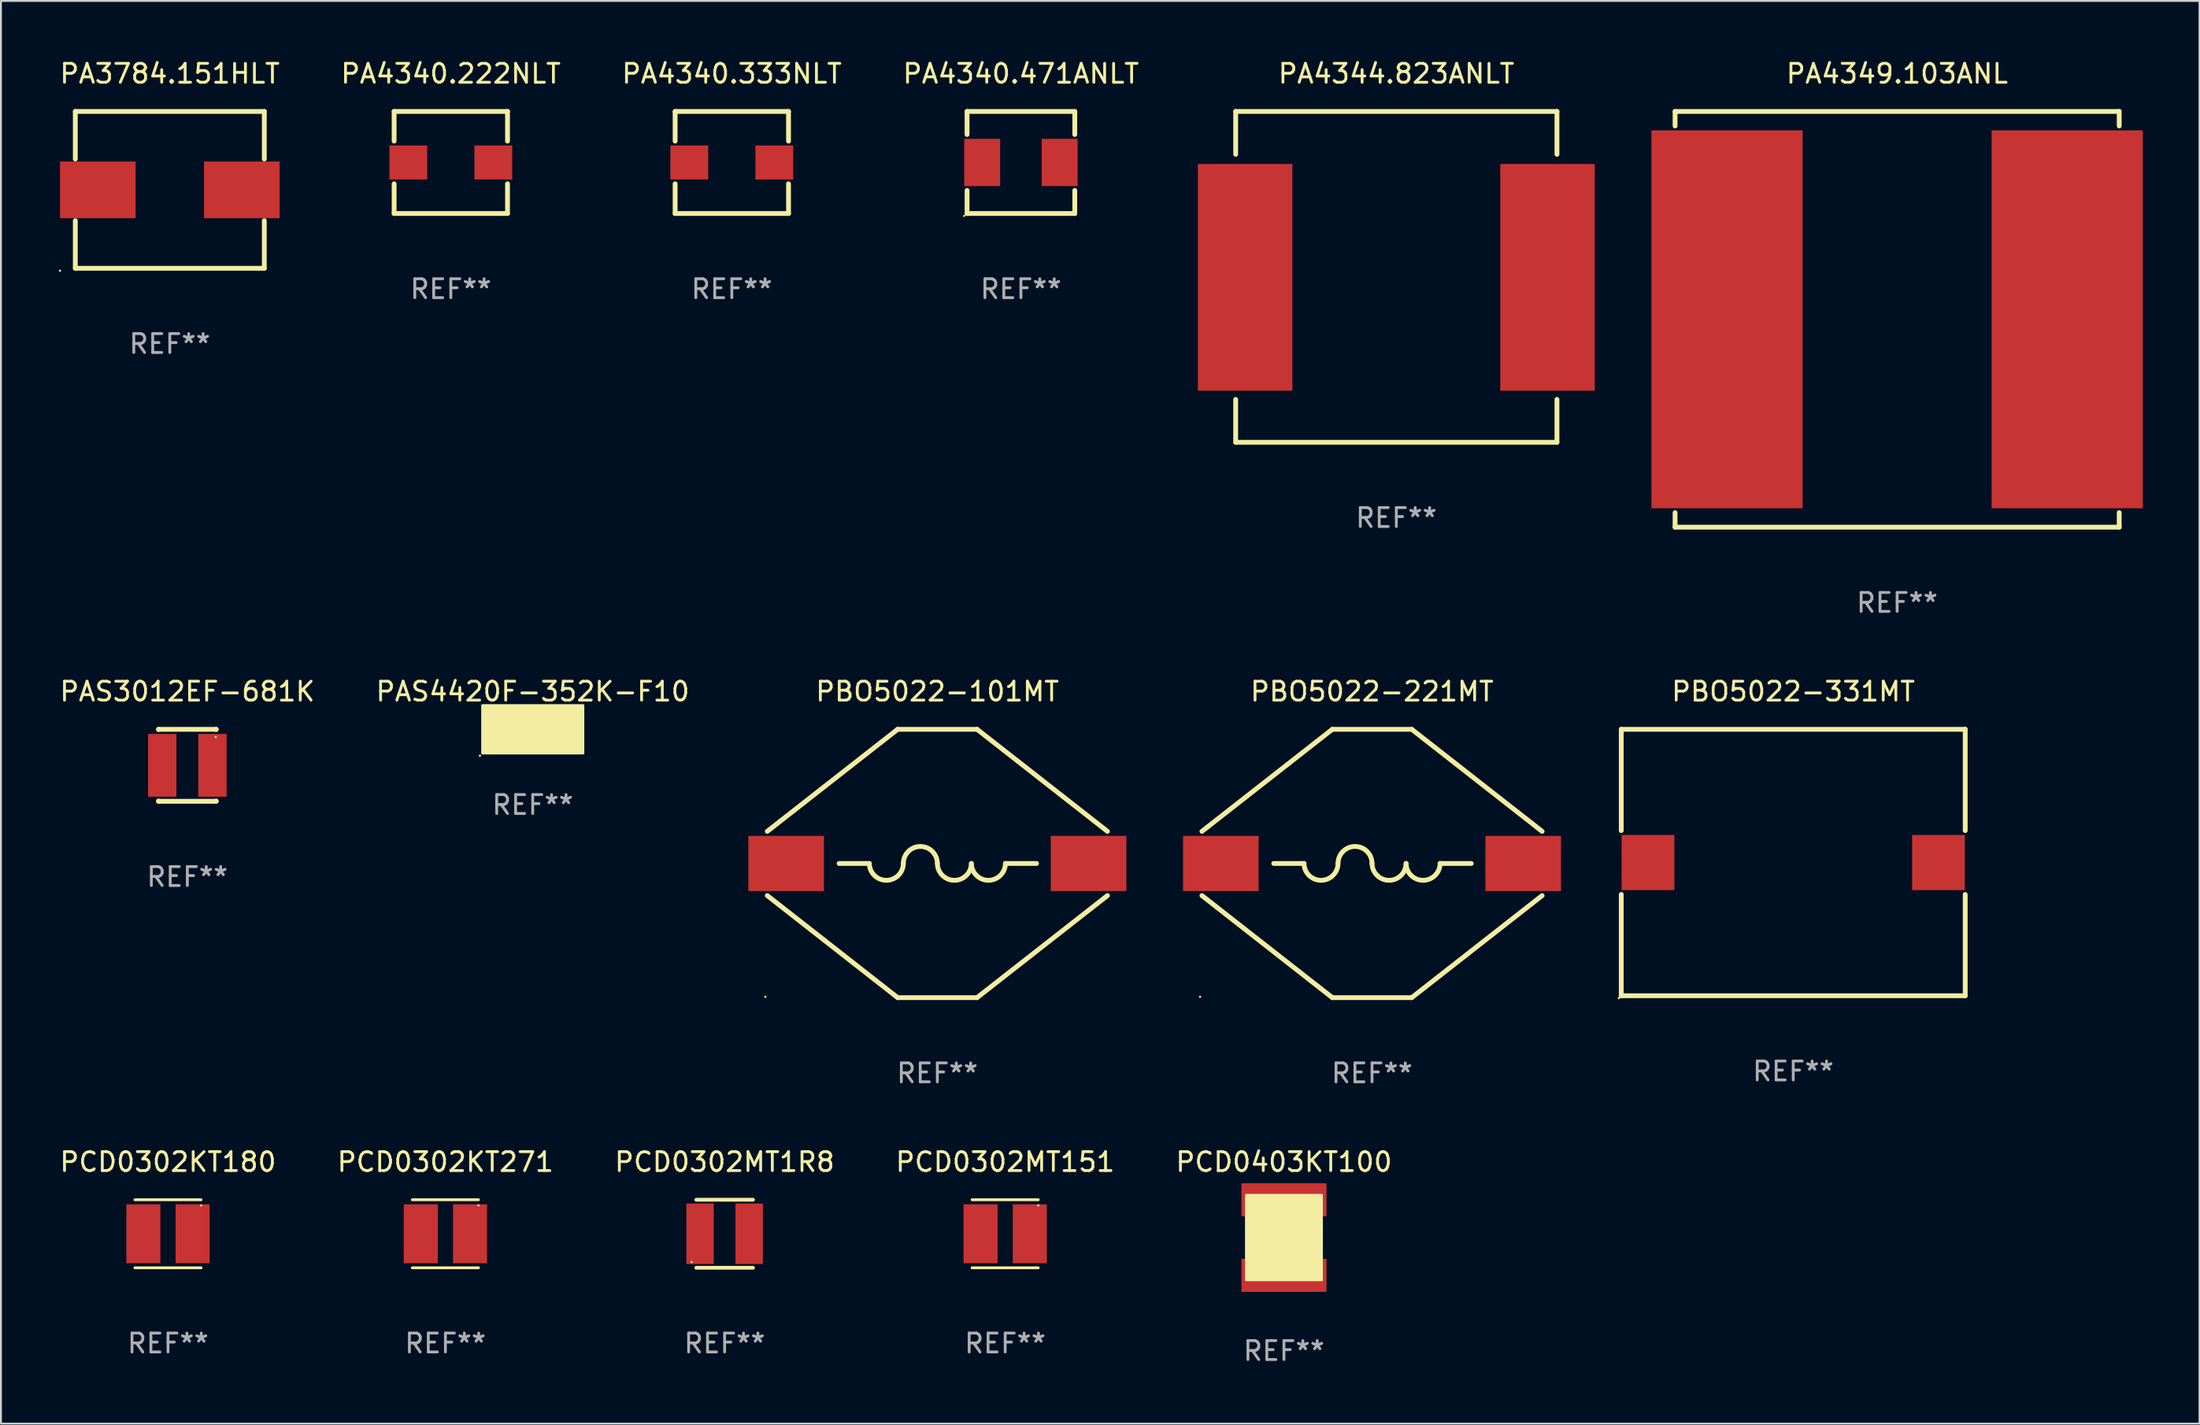
<source format=kicad_pcb>
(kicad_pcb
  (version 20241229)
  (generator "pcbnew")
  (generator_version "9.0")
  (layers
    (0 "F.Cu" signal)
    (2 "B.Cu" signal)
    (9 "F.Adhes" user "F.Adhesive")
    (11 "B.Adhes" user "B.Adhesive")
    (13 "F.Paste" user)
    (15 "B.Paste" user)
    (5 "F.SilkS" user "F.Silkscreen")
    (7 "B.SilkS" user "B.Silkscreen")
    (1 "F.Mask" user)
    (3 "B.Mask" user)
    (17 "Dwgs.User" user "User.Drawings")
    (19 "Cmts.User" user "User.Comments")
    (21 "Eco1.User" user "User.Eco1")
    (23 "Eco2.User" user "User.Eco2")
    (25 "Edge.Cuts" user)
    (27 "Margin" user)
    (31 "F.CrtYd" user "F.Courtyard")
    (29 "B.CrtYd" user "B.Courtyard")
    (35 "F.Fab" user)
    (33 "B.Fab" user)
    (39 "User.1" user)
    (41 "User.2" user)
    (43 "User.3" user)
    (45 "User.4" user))
  (footprint "PA4344.823ANLT"
    (layer "F.Cu")
    (at 70.833 11.602)
    (property "Reference" "PA4344.823ANLT" (at 0 -10.754 0) (layer "F.SilkS") (effects (font (size 1 1) (thickness 0.15))))
    (attr through_hole)
    (fp_line (start -8.5 -8.754) (end -8.5 -6.485) (stroke (width 0.254) (type solid)) (layer "F.SilkS"))
    (fp_line (start -8.5 -8.754) (end 8.5 -8.754) (stroke (width 0.254) (type solid)) (layer "F.SilkS"))
    (fp_line (start -8.5 6.485) (end -8.5 8.754) (stroke (width 0.254) (type solid)) (layer "F.SilkS"))
    (fp_line (start 8.5 -8.754) (end 8.5 -6.485) (stroke (width 0.254) (type solid)) (layer "F.SilkS"))
    (fp_line (start 8.5 6.485) (end 8.5 8.754) (stroke (width 0.254) (type solid)) (layer "F.SilkS"))
    (fp_line (start 8.5 8.754) (end -8.5 8.754) (stroke (width 0.254) (type solid)) (layer "F.SilkS"))
    (fp_circle (center -8.5 8.775) (end -8.47 8.775) (stroke (width 0.06) (type solid)) (fill no) (layer "F.SilkS"))
    (fp_text user "REF**" (at 0 12.754 0) (layer "F.Fab") (effects (font (size 1 1) (thickness 0.15))))
    (pad "1" smd rect (at -8 0.025 90) (size 12 5) (layers "F.Cu" "F.Mask" "F.Paste"))
    (pad "2" smd rect (at 8 0.025 90) (size 12 5) (layers "F.Cu" "F.Mask" "F.Paste")))
  (footprint "PA3784.151HLT"
    (layer "F.Cu")
    (at 5.935 6.998)
    (property "Reference" "PA3784.151HLT" (at 0 -6.15 0) (layer "F.SilkS") (effects (font (size 1 1) (thickness 0.15))))
    (attr through_hole)
    (fp_line (start -5 -4.15) (end 5 -4.15) (stroke (width 0.254) (type solid)) (layer "F.SilkS"))
    (fp_line (start -5 -1.631) (end -5 -4.15) (stroke (width 0.254) (type solid)) (layer "F.SilkS"))
    (fp_line (start -5 4.15) (end -5 1.631) (stroke (width 0.254) (type solid)) (layer "F.SilkS"))
    (fp_line (start -5 4.15) (end 5 4.15) (stroke (width 0.254) (type solid)) (layer "F.SilkS"))
    (fp_line (start 5 -4.15) (end 5 -1.631) (stroke (width 0.254) (type solid)) (layer "F.SilkS"))
    (fp_line (start 5 1.631) (end 5 4.15) (stroke (width 0.254) (type solid)) (layer "F.SilkS"))
    (fp_circle (center -5.81 4.277) (end -5.78 4.277) (stroke (width 0.06) (type solid)) (fill no) (layer "F.SilkS"))
    (fp_text user "REF**" (at 0 8.15 0) (layer "F.Fab") (effects (font (size 1 1) (thickness 0.15))))
    (pad "1" smd rect (at -3.81 0) (size 4 3) (layers "F.Cu" "F.Mask" "F.Paste"))
    (pad "2" smd rect (at 3.81 0) (size 4 3) (layers "F.Cu" "F.Mask" "F.Paste")))
  (footprint "PCD0302KT271"
    (layer "F.Cu")
    (at 20.518 62.241)
    (property "Reference" "PCD0302KT271" (at 0 -3.8 0) (layer "F.SilkS") (effects (font (size 1 1) (thickness 0.15))))
    (attr through_hole)
    (fp_line (start -1.75 -1.8) (end 1.75 -1.8) (stroke (width 0.15) (type solid)) (layer "F.SilkS"))
    (fp_line (start 1.75 1.8) (end -1.75 1.8) (stroke (width 0.15) (type solid)) (layer "F.SilkS"))
    (fp_circle (center 1.75 -1.5) (end 1.78 -1.5) (stroke (width 0.06) (type solid)) (fill no) (layer "F.SilkS"))
    (fp_text user "REF**" (at 0 5.8 0) (layer "F.Fab") (effects (font (size 1 1) (thickness 0.15))))
    (pad "1" smd rect (at 1.303 0.000051) (size 1.8 3.12) (layers "F.Cu" "F.Mask" "F.Paste"))
    (pad "2" smd rect (at -1.303 0.000051) (size 1.8 3.12) (layers "F.Cu" "F.Mask" "F.Paste")))
  (footprint "PBO5022-101MT"
    (layer "F.Cu")
    (at 46.548 42.645)
    (property "Reference" "PBO5022-101MT" (at 0 -9.1 0) (layer "F.SilkS") (effects (font (size 1 1) (thickness 0.15))))
    (attr through_hole)
    (fp_line (start -9 1.7) (end -2.1 7.1) (stroke (width 0.254) (type solid)) (layer "F.SilkS"))
    (fp_line (start -3.6 0.000191) (end -5.2 0.000191) (stroke (width 0.254) (type solid)) (layer "F.SilkS"))
    (fp_line (start -2.1 7.1) (end 2.1 7.1) (stroke (width 0.254) (type solid)) (layer "F.SilkS"))
    (fp_line (start -2.1 -7.1) (end -9 -1.7) (stroke (width 0.254) (type solid)) (layer "F.SilkS"))
    (fp_line (start -2.1 -7.1) (end 2.1 -7.1) (stroke (width 0.254) (type solid)) (layer "F.SilkS"))
    (fp_line (start 2.1 7.1) (end 9 1.7) (stroke (width 0.254) (type solid)) (layer "F.SilkS"))
    (fp_line (start 3.601 0.000343) (end 5.25 0.000343) (stroke (width 0.254) (type solid)) (layer "F.SilkS"))
    (fp_line (start 9 -1.7) (end 2.1 -7.1) (stroke (width 0.254) (type solid)) (layer "F.SilkS"))
    (fp_arc (start -1.799936 0.000064) (mid -0.899936 -0.899936) (end 0.000064 0.000064) (stroke (width 0.254001) (type solid)) (layer "F.SilkS"))
    (fp_arc (start -1.79953 0.000191) (mid -2.699581 0.900191) (end -3.599632 0.000191) (stroke (width 0.254001) (type solid)) (layer "F.SilkS"))
    (fp_arc (start 1.800445 0.000267) (mid 0.900394 0.900267) (end 0.000343 0.000267) (stroke (width 0.254001) (type solid)) (layer "F.SilkS"))
    (fp_arc (start 3.601003 0.000343) (mid 2.700953 0.900342) (end 1.800903 0.000343) (stroke (width 0.254001) (type solid)) (layer "F.SilkS"))
    (fp_circle (center -9.1 7.055) (end -9.07 7.055) (stroke (width 0.06) (type solid)) (fill no) (layer "F.SilkS"))
    (fp_text user "REF**" (at 0 11.1 0) (layer "F.Fab") (effects (font (size 1 1) (thickness 0.15))))
    (pad "1" smd rect (at -8 0.000064) (size 4 2.92) (layers "F.Cu" "F.Mask" "F.Paste"))
    (pad "2" smd rect (at 8 0.000064) (size 4 2.92) (layers "F.Cu" "F.Mask" "F.Paste")))
  (footprint "PA4340.471ANLT"
    (layer "F.Cu")
    (at 50.97 5.548)
    (property "Reference" "PA4340.471ANLT" (at 0 -4.7 0) (layer "F.SilkS") (effects (font (size 1 1) (thickness 0.15))))
    (attr through_hole)
    (fp_line (start -2.85 -2.7) (end 2.85 -2.7) (stroke (width 0.254) (type solid)) (layer "F.SilkS"))
    (fp_line (start -2.85 -1.481) (end -2.85 -2.7) (stroke (width 0.254) (type solid)) (layer "F.SilkS"))
    (fp_line (start -2.85 2.7) (end -2.85 1.481) (stroke (width 0.254) (type solid)) (layer "F.SilkS"))
    (fp_line (start 2.85 -1.481) (end 2.85 -2.7) (stroke (width 0.254) (type solid)) (layer "F.SilkS"))
    (fp_line (start 2.85 2.7) (end -2.85 2.7) (stroke (width 0.254) (type solid)) (layer "F.SilkS"))
    (fp_line (start 2.85 2.7) (end 2.85 1.481) (stroke (width 0.254) (type solid)) (layer "F.SilkS"))
    (fp_circle (center -3 2.827) (end -2.97 2.827) (stroke (width 0.06) (type solid)) (fill no) (layer "F.SilkS"))
    (fp_text user "REF**" (at 0 6.7 0) (layer "F.Fab") (effects (font (size 1 1) (thickness 0.15))))
    (pad "1" smd rect (at -2.05 0 270) (size 2.5 1.9) (layers "F.Cu" "F.Mask" "F.Paste"))
    (pad "2" smd rect (at 2.05 0 270) (size 2.5 1.9) (layers "F.Cu" "F.Mask" "F.Paste")))
  (footprint "PCD0302MT151"
    (layer "F.Cu")
    (at 50.137 62.241)
    (property "Reference" "PCD0302MT151" (at 0 -3.8 0) (layer "F.SilkS") (effects (font (size 1 1) (thickness 0.15))))
    (attr through_hole)
    (fp_line (start -1.75 -1.8) (end 1.75 -1.8) (stroke (width 0.15) (type solid)) (layer "F.SilkS"))
    (fp_line (start 1.75 1.8) (end -1.75 1.8) (stroke (width 0.15) (type solid)) (layer "F.SilkS"))
    (fp_circle (center 1.75 -1.5) (end 1.78 -1.5) (stroke (width 0.06) (type solid)) (fill no) (layer "F.SilkS"))
    (fp_text user "REF**" (at 0 5.8 0) (layer "F.Fab") (effects (font (size 1 1) (thickness 0.15))))
    (pad "1" smd rect (at 1.303 0.000051) (size 1.8 3.12) (layers "F.Cu" "F.Mask" "F.Paste"))
    (pad "2" smd rect (at -1.303 0.000051) (size 1.8 3.12) (layers "F.Cu" "F.Mask" "F.Paste")))
  (footprint "PBO5022-331MT"
    (layer "F.Cu")
    (at 91.835 42.595)
    (property "Reference" "PBO5022-331MT" (at 0 -9.05 0) (layer "F.SilkS") (effects (font (size 1 1) (thickness 0.15))))
    (attr through_hole)
    (fp_line (start -9.1 -7.05) (end 9.1 -7.05) (stroke (width 0.254) (type solid)) (layer "F.SilkS"))
    (fp_line (start -9.1 -1.691) (end -9.1 -7.05) (stroke (width 0.254) (type solid)) (layer "F.SilkS"))
    (fp_line (start -9.1 7.05) (end -9.1 1.69) (stroke (width 0.254) (type solid)) (layer "F.SilkS"))
    (fp_line (start 9.1 -7.05) (end 9.1 -1.69) (stroke (width 0.254) (type solid)) (layer "F.SilkS"))
    (fp_line (start 9.1 1.691) (end 9.1 7.05) (stroke (width 0.254) (type solid)) (layer "F.SilkS"))
    (fp_line (start 9.1 7.05) (end -9.1 7.05) (stroke (width 0.254) (type solid)) (layer "F.SilkS"))
    (fp_circle (center -9.227 7.177) (end -9.197 7.177) (stroke (width 0.06) (type solid)) (fill no) (layer "F.SilkS"))
    (fp_text user "REF**" (at 0 11.05 0) (layer "F.Fab") (effects (font (size 1 1) (thickness 0.15))))
    (pad "1" smd rect (at -7.685 0) (size 2.79 2.92) (layers "F.Cu" "F.Mask" "F.Paste"))
    (pad "2" smd rect (at 7.685 0) (size 2.79 2.92) (layers "F.Cu" "F.Mask" "F.Paste")))
  (footprint "PCD0403KT100"
    (layer "F.Cu")
    (at 64.887 62.441)
    (property "Reference" "PCD0403KT100" (at 0 -4 0) (layer "F.SilkS") (effects (font (size 1 1) (thickness 0.15))))
    (attr through_hole)
    (fp_poly (pts (xy -2 -2.25) (xy 2 -2.25) (xy 2 2.25) (xy -2 2.25)) (stroke (width 0.12) (type solid)) (fill yes) (layer "F.SilkS"))
    (fp_text user "REF**" (at 0 6 0) (layer "F.Fab") (effects (font (size 1 1) (thickness 0.15))))
    (pad "1" smd rect (at 0 2 90) (size 1.75 4.5) (layers "F.Cu" "F.Mask" "F.Paste"))
    (pad "2" smd rect (at 0 -2 90) (size 1.75 4.5) (layers "F.Cu" "F.Mask" "F.Paste")))
  (footprint "PA4340.222NLT"
    (layer "F.Cu")
    (at 20.804 5.548)
    (property "Reference" "PA4340.222NLT" (at 0 -4.7 0) (layer "F.SilkS") (effects (font (size 1 1) (thickness 0.15))))
    (attr through_hole)
    (fp_line (start -3 -2.7) (end -3 -1.131) (stroke (width 0.254) (type solid)) (layer "F.SilkS"))
    (fp_line (start -3 -2.7) (end 3 -2.7) (stroke (width 0.254) (type solid)) (layer "F.SilkS"))
    (fp_line (start -3 1.131) (end -3 2.7) (stroke (width 0.254) (type solid)) (layer "F.SilkS"))
    (fp_line (start -3 2.7) (end 3 2.7) (stroke (width 0.254) (type solid)) (layer "F.SilkS"))
    (fp_line (start 3 -2.7) (end 3 -1.131) (stroke (width 0.254) (type solid)) (layer "F.SilkS"))
    (fp_line (start 3 1.131) (end 3 2.7) (stroke (width 0.254) (type solid)) (layer "F.SilkS"))
    (fp_circle (center -3 2.7) (end -2.97 2.7) (stroke (width 0.06) (type solid)) (fill no) (layer "F.SilkS"))
    (fp_text user "REF**" (at 0 6.7 0) (layer "F.Fab") (effects (font (size 1 1) (thickness 0.15))))
    (pad "1" smd rect (at -2.25 0) (size 2 1.8) (layers "F.Cu" "F.Mask" "F.Paste"))
    (pad "2" smd rect (at 2.25 0) (size 2 1.8) (layers "F.Cu" "F.Mask" "F.Paste")))
  (footprint "PCD0302KT180"
    (layer "F.Cu")
    (at 5.839 62.241)
    (property "Reference" "PCD0302KT180" (at 0 -3.8 0) (layer "F.SilkS") (effects (font (size 1 1) (thickness 0.15))))
    (attr through_hole)
    (fp_line (start -1.75 -1.8) (end 1.75 -1.8) (stroke (width 0.15) (type solid)) (layer "F.SilkS"))
    (fp_line (start 1.75 1.8) (end -1.75 1.8) (stroke (width 0.15) (type solid)) (layer "F.SilkS"))
    (fp_circle (center 1.75 -1.5) (end 1.78 -1.5) (stroke (width 0.06) (type solid)) (fill no) (layer "F.SilkS"))
    (fp_text user "REF**" (at 0 5.8 0) (layer "F.Fab") (effects (font (size 1 1) (thickness 0.15))))
    (pad "1" smd rect (at 1.303 0.000051) (size 1.8 3.12) (layers "F.Cu" "F.Mask" "F.Paste"))
    (pad "2" smd rect (at -1.303 0.000051) (size 1.8 3.12) (layers "F.Cu" "F.Mask" "F.Paste")))
  (footprint "PBO5022-221MT"
    (layer "F.Cu")
    (at 69.548 42.645)
    (property "Reference" "PBO5022-221MT" (at 0 -9.1 0) (layer "F.SilkS") (effects (font (size 1 1) (thickness 0.15))))
    (attr through_hole)
    (fp_line (start -9 1.7) (end -2.1 7.1) (stroke (width 0.254) (type solid)) (layer "F.SilkS"))
    (fp_line (start -3.6 0.000191) (end -5.2 0.000191) (stroke (width 0.254) (type solid)) (layer "F.SilkS"))
    (fp_line (start -2.1 7.1) (end 2.1 7.1) (stroke (width 0.254) (type solid)) (layer "F.SilkS"))
    (fp_line (start -2.1 -7.1) (end -9 -1.7) (stroke (width 0.254) (type solid)) (layer "F.SilkS"))
    (fp_line (start -2.1 -7.1) (end 2.1 -7.1) (stroke (width 0.254) (type solid)) (layer "F.SilkS"))
    (fp_line (start 2.1 7.1) (end 9 1.7) (stroke (width 0.254) (type solid)) (layer "F.SilkS"))
    (fp_line (start 3.601 0.000343) (end 5.25 0.000343) (stroke (width 0.254) (type solid)) (layer "F.SilkS"))
    (fp_line (start 9 -1.7) (end 2.1 -7.1) (stroke (width 0.254) (type solid)) (layer "F.SilkS"))
    (fp_arc (start -1.799936 0.000064) (mid -0.899936 -0.899936) (end 0.000064 0.000064) (stroke (width 0.254001) (type solid)) (layer "F.SilkS"))
    (fp_arc (start -1.79953 0.000191) (mid -2.699581 0.900191) (end -3.599632 0.000191) (stroke (width 0.254001) (type solid)) (layer "F.SilkS"))
    (fp_arc (start 1.800445 0.000267) (mid 0.900394 0.900267) (end 0.000343 0.000267) (stroke (width 0.254001) (type solid)) (layer "F.SilkS"))
    (fp_arc (start 3.601003 0.000343) (mid 2.700953 0.900342) (end 1.800903 0.000343) (stroke (width 0.254001) (type solid)) (layer "F.SilkS"))
    (fp_circle (center -9.1 7.055) (end -9.07 7.055) (stroke (width 0.06) (type solid)) (fill no) (layer "F.SilkS"))
    (fp_text user "REF**" (at 0 11.1 0) (layer "F.Fab") (effects (font (size 1 1) (thickness 0.15))))
    (pad "1" smd rect (at -8 0.000064) (size 4 2.92) (layers "F.Cu" "F.Mask" "F.Paste"))
    (pad "2" smd rect (at 8 0.000064) (size 4 2.92) (layers "F.Cu" "F.Mask" "F.Paste")))
  (footprint "PAS4420F-352K-F10"
    (layer "F.Cu")
    (at 25.137 35.545)
    (property "Reference" "PAS4420F-352K-F10" (at 0 -2 0) (layer "F.SilkS") (effects (font (size 1 1) (thickness 0.15))))
    (attr through_hole)
    (fp_circle (center -2.791 1.397) (end -2.761 1.397) (stroke (width 0.06) (type solid)) (fill no) (layer "F.SilkS"))
    (fp_poly (pts (xy -2.664 -1.27) (xy 2.67 -1.27) (xy 2.67 1.27) (xy -2.664 1.27)) (stroke (width 0.12) (type solid)) (fill yes) (layer "F.SilkS"))
    (fp_text user "REF**" (at 0 4 0) (layer "F.Fab") (effects (font (size 1 1) (thickness 0.15))))
    (pad "1" smd rect (at -1.775 0) (size 1.2 2) (layers "F.Cu" "F.Mask" "F.Paste"))
    (pad "2" smd rect (at 1.775 0) (size 1.2 2) (layers "F.Cu" "F.Mask" "F.Paste")))
  (footprint "PCD0302MT1R8"
    (layer "F.Cu")
    (at 35.292 62.241)
    (property "Reference" "PCD0302MT1R8" (at 0 -3.8 0) (layer "F.SilkS") (effects (font (size 1 1) (thickness 0.15))))
    (attr through_hole)
    (fp_line (start -1.5 -1.8) (end 1.5 -1.8) (stroke (width 0.2) (type solid)) (layer "F.SilkS"))
    (fp_line (start -1.5 1.8) (end 1.5 1.8) (stroke (width 0.2) (type solid)) (layer "F.SilkS"))
    (fp_circle (center -1.75 1.5) (end -1.72 1.5) (stroke (width 0.06) (type solid)) (fill no) (layer "F.SilkS"))
    (fp_text user "REF**" (at 0 5.8 0) (layer "F.Fab") (effects (font (size 1 1) (thickness 0.15))))
    (pad "1" smd rect (at -1.3 0) (size 1.45 3.2) (layers "F.Cu" "F.Mask" "F.Paste"))
    (pad "2" smd rect (at 1.3 0) (size 1.45 3.2) (layers "F.Cu" "F.Mask" "F.Paste")))
  (footprint "PAS3012EF-681K"
    (layer "F.Cu")
    (at 6.863 37.45)
    (property "Reference" "PAS3012EF-681K" (at 0 -3.905 0) (layer "F.SilkS") (effects (font (size 1 1) (thickness 0.15))))
    (attr through_hole)
    (fp_line (start -1.524 -1.905) (end 1.524 -1.905) (stroke (width 0.254) (type solid)) (layer "F.SilkS"))
    (fp_line (start -1.524 -1.891) (end -1.524 -1.905) (stroke (width 0.254) (type solid)) (layer "F.SilkS"))
    (fp_line (start -1.524 1.905) (end -1.524 1.891) (stroke (width 0.254) (type solid)) (layer "F.SilkS"))
    (fp_line (start -1.524 1.905) (end 1.524 1.905) (stroke (width 0.254) (type solid)) (layer "F.SilkS"))
    (fp_line (start 1.524 -1.905) (end 1.524 -1.891) (stroke (width 0.254) (type solid)) (layer "F.SilkS"))
    (fp_line (start 1.524 1.891) (end 1.524 1.905) (stroke (width 0.254) (type solid)) (layer "F.SilkS"))
    (fp_circle (center 1.5 -1.5) (end 1.53 -1.5) (stroke (width 0.06) (type solid)) (fill no) (layer "F.SilkS"))
    (fp_text user "REF**" (at 0 5.905 0) (layer "F.Fab") (effects (font (size 1 1) (thickness 0.15))))
    (pad "1" smd rect (at 1.328 0) (size 1.5 3.32) (layers "F.Cu" "F.Mask" "F.Paste"))
    (pad "2" smd rect (at -1.328 0) (size 1.5 3.32) (layers "F.Cu" "F.Mask" "F.Paste")))
  (footprint "PA4340.333NLT"
    (layer "F.Cu")
    (at 35.673 5.548)
    (property "Reference" "PA4340.333NLT" (at 0 -4.7 0) (layer "F.SilkS") (effects (font (size 1 1) (thickness 0.15))))
    (attr through_hole)
    (fp_line (start -3 -2.7) (end -3 -1.131) (stroke (width 0.254) (type solid)) (layer "F.SilkS"))
    (fp_line (start -3 -2.7) (end 3 -2.7) (stroke (width 0.254) (type solid)) (layer "F.SilkS"))
    (fp_line (start -3 1.131) (end -3 2.7) (stroke (width 0.254) (type solid)) (layer "F.SilkS"))
    (fp_line (start -3 2.7) (end 3 2.7) (stroke (width 0.254) (type solid)) (layer "F.SilkS"))
    (fp_line (start 3 -2.7) (end 3 -1.131) (stroke (width 0.254) (type solid)) (layer "F.SilkS"))
    (fp_line (start 3 1.131) (end 3 2.7) (stroke (width 0.254) (type solid)) (layer "F.SilkS"))
    (fp_circle (center -3 2.7) (end -2.97 2.7) (stroke (width 0.06) (type solid)) (fill no) (layer "F.SilkS"))
    (fp_text user "REF**" (at 0 6.7 0) (layer "F.Fab") (effects (font (size 1 1) (thickness 0.15))))
    (pad "1" smd rect (at -2.25 0) (size 2 1.8) (layers "F.Cu" "F.Mask" "F.Paste"))
    (pad "2" smd rect (at 2.25 0) (size 2 1.8) (layers "F.Cu" "F.Mask" "F.Paste")))
  (footprint "PA4349.103ANL"
    (layer "F.Cu")
    (at 97.333 13.848)
    (property "Reference" "PA4349.103ANL" (at 0 -13 0) (layer "F.SilkS") (effects (font (size 1 1) (thickness 0.15))))
    (attr through_hole)
    (fp_line (start -11.75 -11) (end 11.75 -11) (stroke (width 0.254) (type solid)) (layer "F.SilkS"))
    (fp_line (start -11.75 -10.231) (end -11.75 -11) (stroke (width 0.254) (type solid)) (layer "F.SilkS"))
    (fp_line (start -11.75 11) (end -11.75 10.231) (stroke (width 0.254) (type solid)) (layer "F.SilkS"))
    (fp_line (start -11.75 11) (end 11.75 11) (stroke (width 0.254) (type solid)) (layer "F.SilkS"))
    (fp_line (start 11.75 -11) (end 11.75 -10.231) (stroke (width 0.254) (type solid)) (layer "F.SilkS"))
    (fp_line (start 11.75 10.231) (end 11.75 11) (stroke (width 0.254) (type solid)) (layer "F.SilkS"))
    (fp_circle (center -11.75 11) (end -11.72 11) (stroke (width 0.06) (type solid)) (fill no) (layer "F.SilkS"))
    (fp_text user "REF**" (at 0 15 0) (layer "F.Fab") (effects (font (size 1 1) (thickness 0.15))))
    (pad "1" smd rect (at -9 0) (size 8 20) (layers "F.Cu" "F.Mask" "F.Paste"))
    (pad "2" smd rect (at 9 0) (size 8 20) (layers "F.Cu" "F.Mask" "F.Paste")))
  (gr_rect
    (start -3 -3)
    (end 113.333 72.289)
    (stroke (width 0.1) (type default))
    (fill no)
    (layer "Edge.Cuts")))
</source>
